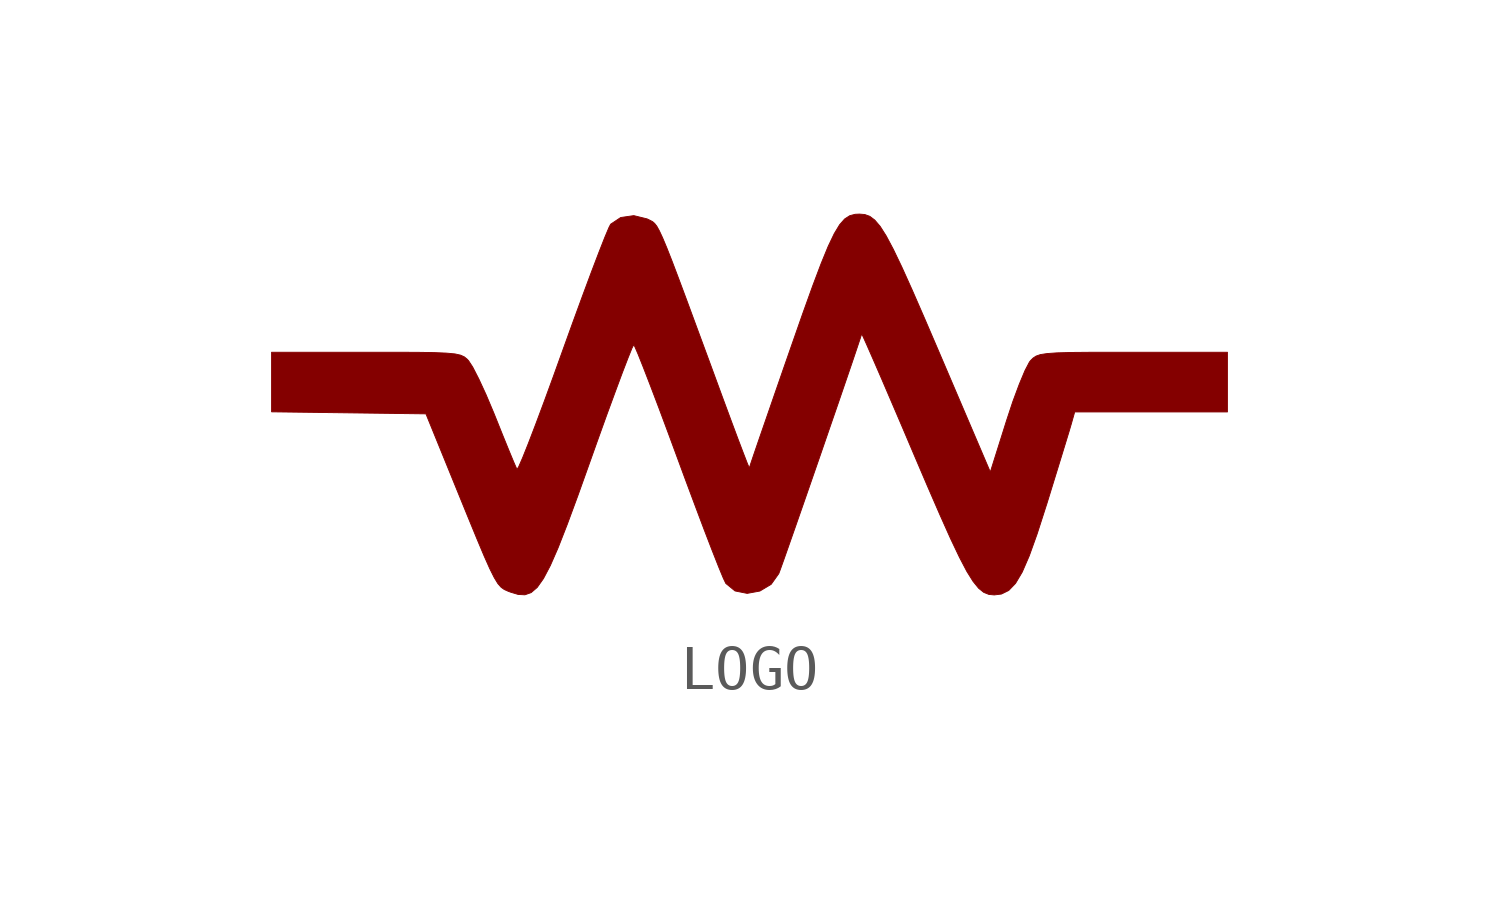
<source format=kicad_sym>
(kicad_symbol_lib
  (version 20220914)
  (generator "bitmap2component")
  (generator_version "9.0")
  (symbol "LOGO"
    (pin_names
      (offset 1.016))
    (property "Reference" "#G"
      (at 0 10.202 0)
      (effects (font (size 1.27 1.27)) hide))
    (symbol "LOGO_0_0"
      (polyline (pts (xy 5.713 -4.298) (xy 5.878 -4.217) (xy 6.032 -4.057) (xy 6.184 -3.801) (xy 6.344 -3.432) (xy 6.523 -2.933) (xy 6.731 -2.286) (xy 6.734 -2.279) (xy 6.89 -1.773) (xy 7.034 -1.306) (xy 7.156 -0.908) (xy 7.247 -0.611) (xy 7.296 -0.445) (xy 7.374 -0.169) (xy 9.106 -0.169) (xy 10.837 -0.169) (xy 10.837 0.508) (xy 10.837 1.185) (xy 8.693 1.185) (xy 8.285 1.185) (xy 7.718 1.184) (xy 7.287 1.18) (xy 6.97 1.171) (xy 6.747 1.155) (xy 6.597 1.132) (xy 6.499 1.098) (xy 6.431 1.053) (xy 6.373 0.995) (xy 6.348 0.963) (xy 6.247 0.77) (xy 6.118 0.461) (xy 5.973 0.071) (xy 5.829 -0.364) (xy 5.461 -1.532) (xy 4.28 1.231) (xy 3.972 1.948) (xy 3.689 2.597) (xy 3.455 3.116) (xy 3.261 3.52) (xy 3.1 3.823) (xy 2.963 4.039) (xy 2.841 4.182) (xy 2.728 4.267) (xy 2.614 4.308) (xy 2.491 4.318) (xy 2.395 4.313) (xy 2.273 4.281) (xy 2.158 4.207) (xy 2.044 4.077) (xy 1.922 3.875) (xy 1.784 3.586) (xy 1.624 3.196) (xy 1.433 2.69) (xy 1.204 2.053) (xy 0.93 1.27) (xy 0.773 0.82) (xy 0.564 0.217) (xy 0.378 -0.321) (xy 0.221 -0.774) (xy 0.101 -1.124) (xy 0.024 -1.352) (xy -0.003 -1.439) (xy -0.005 -1.438) (xy -0.047 -1.341) (xy -0.135 -1.113) (xy -0.263 -0.777) (xy -0.42 -0.356) (xy -0.599 0.127) (xy -0.913 0.982) (xy -1.191 1.735) (xy -1.42 2.356) (xy -1.607 2.857) (xy -1.757 3.253) (xy -1.876 3.555) (xy -1.97 3.779) (xy -2.043 3.936) (xy -2.101 4.041) (xy -2.151 4.106) (xy -2.197 4.146) (xy -2.246 4.172) (xy -2.303 4.2) (xy -2.322 4.209) (xy -2.624 4.283) (xy -2.921 4.24) (xy -3.148 4.089) (xy -3.186 4.016) (xy -3.279 3.796) (xy -3.415 3.45) (xy -3.587 2.999) (xy -3.787 2.461) (xy -4.008 1.857) (xy -4.243 1.205) (xy -4.438 0.663) (xy -4.655 0.069) (xy -4.85 -0.453) (xy -5.016 -0.886) (xy -5.146 -1.211) (xy -5.234 -1.412) (xy -5.272 -1.471) (xy -5.281 -1.454) (xy -5.344 -1.31) (xy -5.453 -1.048) (xy -5.595 -0.699) (xy -5.757 -0.295) (xy -5.799 -0.191) (xy -5.972 0.219) (xy -6.137 0.577) (xy -6.276 0.848) (xy -6.372 0.995) (xy -6.406 1.031) (xy -6.468 1.081) (xy -6.552 1.119) (xy -6.678 1.147) (xy -6.869 1.165) (xy -7.145 1.177) (xy -7.527 1.183) (xy -8.036 1.185) (xy -8.693 1.185) (xy -10.837 1.185) (xy -10.837 0.51) (xy -10.837 -0.166) (xy -9.087 -0.189) (xy -7.337 -0.212) (xy -6.596 -2.032) (xy -6.402 -2.508) (xy -6.187 -3.032) (xy -6.02 -3.43) (xy -5.89 -3.722) (xy -5.788 -3.926) (xy -5.706 -4.061) (xy -5.633 -4.144) (xy -5.561 -4.195) (xy -5.479 -4.232) (xy -5.419 -4.255) (xy -5.246 -4.307) (xy -5.093 -4.315) (xy -4.952 -4.266) (xy -4.814 -4.148) (xy -4.672 -3.947) (xy -4.516 -3.651) (xy -4.339 -3.246) (xy -4.133 -2.719) (xy -3.889 -2.058) (xy -3.6 -1.249) (xy -3.457 -0.847) (xy -3.243 -0.252) (xy -3.049 0.276) (xy -2.884 0.72) (xy -2.753 1.06) (xy -2.665 1.278) (xy -2.625 1.355) (xy -2.604 1.32) (xy -2.529 1.147) (xy -2.409 0.846) (xy -2.25 0.435) (xy -2.059 -0.067) (xy -1.845 -0.641) (xy -1.613 -1.27) (xy -1.465 -1.672) (xy -1.237 -2.283) (xy -1.029 -2.836) (xy -0.847 -3.309) (xy -0.699 -3.684) (xy -0.593 -3.94) (xy -0.537 -4.057) (xy -0.328 -4.228) (xy -0.053 -4.283) (xy 0.236 -4.23) (xy 0.491 -4.078) (xy 0.664 -3.835) (xy 0.695 -3.752) (xy 0.779 -3.518) (xy 0.901 -3.171) (xy 1.054 -2.735) (xy 1.23 -2.23) (xy 1.421 -1.68) (xy 1.619 -1.109) (xy 1.816 -0.537) (xy 2.005 0.01) (xy 2.177 0.512) (xy 2.325 0.945) (xy 2.44 1.286) (xy 2.516 1.513) (xy 2.543 1.602) (xy 2.574 1.543) (xy 2.663 1.345) (xy 2.804 1.024) (xy 2.989 0.598) (xy 3.21 0.083) (xy 3.461 -0.503) (xy 3.733 -1.143) (xy 4.028 -1.834) (xy 4.319 -2.504) (xy 4.56 -3.043) (xy 4.761 -3.465) (xy 4.928 -3.784) (xy 5.071 -4.013) (xy 5.196 -4.167) (xy 5.312 -4.26) (xy 5.427 -4.306) (xy 5.549 -4.318) (xy 5.713 -4.298)) (stroke (width 0.01) (type default)) (fill (type outline))))))
</source>
